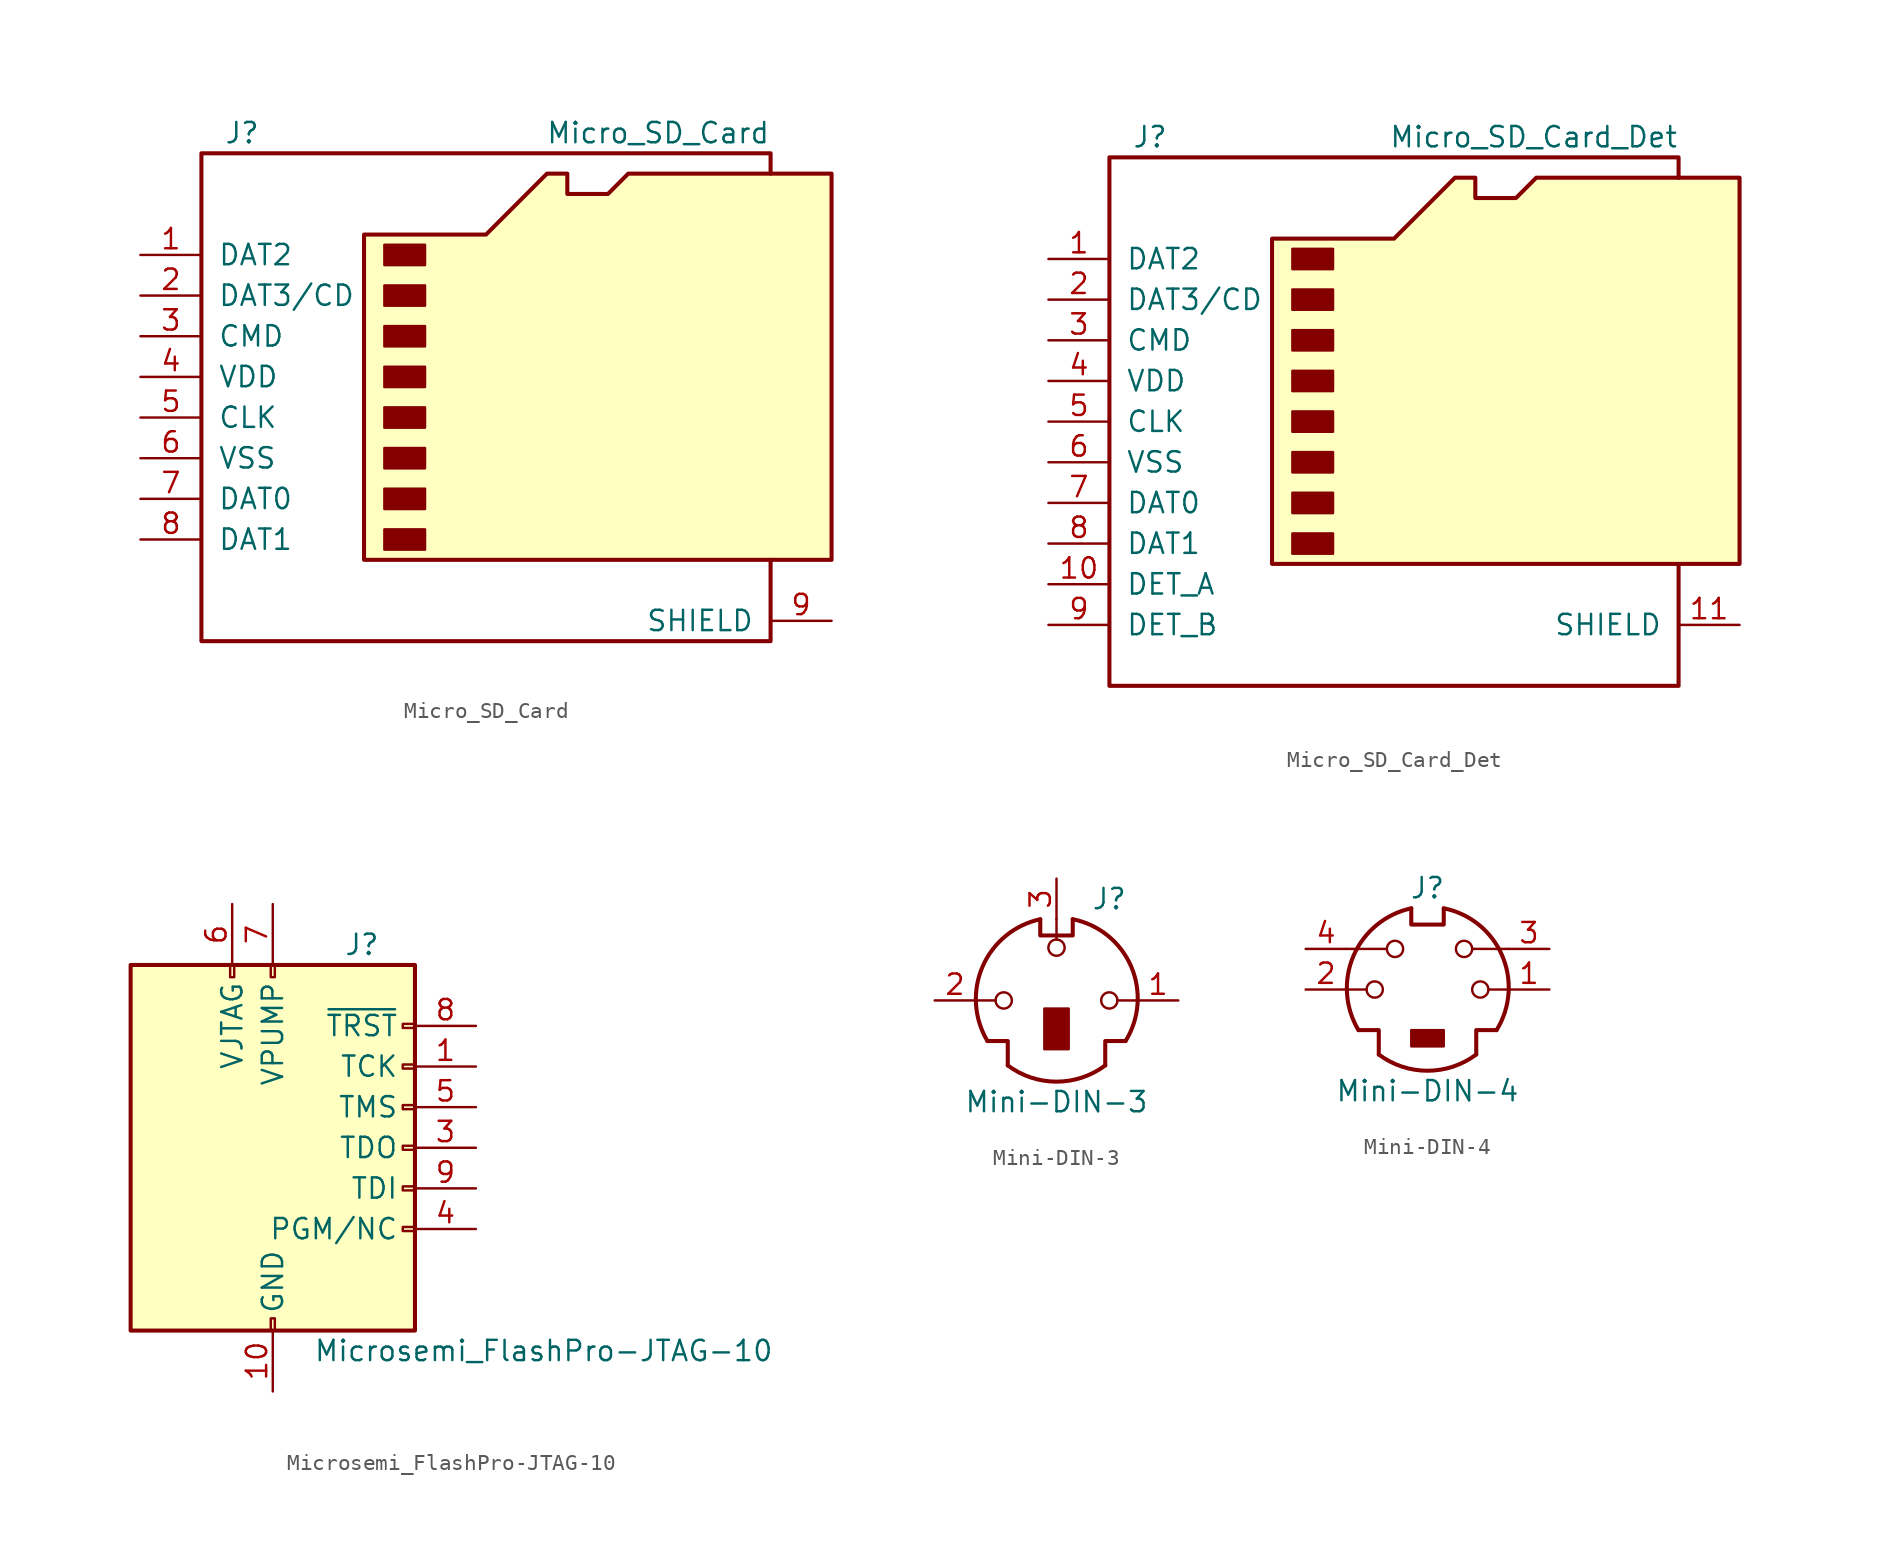
<source format=kicad_sym>
(kicad_symbol_lib
  (version 20220914)
  (generator kicad_symbol_editor)
  (symbol "Micro_SD_Card"
    (pin_names
      (offset 1.016))
    (property "Reference" "J"
      (at -16.51 15.24 0)
      (effects (font (size 1.27 1.27))))
    (property "Value" "Micro_SD_Card"
      (at 16.51 15.24 0)
      (effects (font (size 1.27 1.27)) (justify right)))
    (symbol "Micro_SD_Card_0_1"
      (rectangle (start -7.62 -9.525) (end -5.08 -10.795) (stroke (width 0) (type solid)) (fill (type outline)))
      (rectangle (start -7.62 -6.985) (end -5.08 -8.255) (stroke (width 0) (type solid)) (fill (type outline)))
      (rectangle (start -7.62 -4.445) (end -5.08 -5.715) (stroke (width 0) (type solid)) (fill (type outline)))
      (rectangle (start -7.62 -1.905) (end -5.08 -3.175) (stroke (width 0) (type solid)) (fill (type outline)))
      (rectangle (start -7.62 0.635) (end -5.08 -0.635) (stroke (width 0) (type solid)) (fill (type outline)))
      (rectangle (start -7.62 3.175) (end -5.08 1.905) (stroke (width 0) (type solid)) (fill (type outline)))
      (rectangle (start -7.62 5.715) (end -5.08 4.445) (stroke (width 0) (type solid)) (fill (type outline)))
      (rectangle (start -7.62 8.255) (end -5.08 6.985) (stroke (width 0) (type solid)) (fill (type outline)))
      (polyline (pts (xy 16.51 12.7) (xy 16.51 13.97) (xy -19.05 13.97) (xy -19.05 -16.51) (xy 16.51 -16.51) (xy 16.51 -11.43)) (stroke (width 0.254) (type solid)) (fill (type none)))
      (polyline (pts (xy -8.89 -11.43) (xy -8.89 8.89) (xy -1.27 8.89) (xy 2.54 12.7) (xy 3.81 12.7) (xy 3.81 11.43) (xy 6.35 11.43) (xy 7.62 12.7) (xy 20.32 12.7) (xy 20.32 -11.43) (xy -8.89 -11.43)) (stroke (width 0.254) (type solid)) (fill (type background))))
    (symbol "Micro_SD_Card_1_1"
      (pin bidirectional line (at -22.86 7.62 0) (length 3.81) (name "DAT2" (effects (font (size 1.27 1.27)))) (number "1" (effects (font (size 1.27 1.27)))))
      (pin bidirectional line (at -22.86 5.08 0) (length 3.81) (name "DAT3/CD" (effects (font (size 1.27 1.27)))) (number "2" (effects (font (size 1.27 1.27)))))
      (pin input line (at -22.86 2.54 0) (length 3.81) (name "CMD" (effects (font (size 1.27 1.27)))) (number "3" (effects (font (size 1.27 1.27)))))
      (pin power_in line (at -22.86 0 0) (length 3.81) (name "VDD" (effects (font (size 1.27 1.27)))) (number "4" (effects (font (size 1.27 1.27)))))
      (pin input line (at -22.86 -2.54 0) (length 3.81) (name "CLK" (effects (font (size 1.27 1.27)))) (number "5" (effects (font (size 1.27 1.27)))))
      (pin power_in line (at -22.86 -5.08 0) (length 3.81) (name "VSS" (effects (font (size 1.27 1.27)))) (number "6" (effects (font (size 1.27 1.27)))))
      (pin bidirectional line (at -22.86 -7.62 0) (length 3.81) (name "DAT0" (effects (font (size 1.27 1.27)))) (number "7" (effects (font (size 1.27 1.27)))))
      (pin bidirectional line (at -22.86 -10.16 0) (length 3.81) (name "DAT1" (effects (font (size 1.27 1.27)))) (number "8" (effects (font (size 1.27 1.27)))))
      (pin passive line (at 20.32 -15.24 180) (length 3.81) (name "SHIELD" (effects (font (size 1.27 1.27)))) (number "9" (effects (font (size 1.27 1.27)))))))
  (symbol "Micro_SD_Card_Det"
    (pin_names
      (offset 1.016))
    (property "Reference" "J"
      (at -16.51 17.78 0)
      (effects (font (size 1.27 1.27))))
    (property "Value" "Micro_SD_Card_Det"
      (at 16.51 17.78 0)
      (effects (font (size 1.27 1.27)) (justify right)))
    (symbol "Micro_SD_Card_Det_0_1"
      (rectangle (start -7.62 -6.985) (end -5.08 -8.255) (stroke (width 0) (type solid)) (fill (type outline)))
      (rectangle (start -7.62 -4.445) (end -5.08 -5.715) (stroke (width 0) (type solid)) (fill (type outline)))
      (rectangle (start -7.62 -1.905) (end -5.08 -3.175) (stroke (width 0) (type solid)) (fill (type outline)))
      (rectangle (start -7.62 0.635) (end -5.08 -0.635) (stroke (width 0) (type solid)) (fill (type outline)))
      (rectangle (start -7.62 3.175) (end -5.08 1.905) (stroke (width 0) (type solid)) (fill (type outline)))
      (rectangle (start -7.62 5.715) (end -5.08 4.445) (stroke (width 0) (type solid)) (fill (type outline)))
      (rectangle (start -7.62 8.255) (end -5.08 6.985) (stroke (width 0) (type solid)) (fill (type outline)))
      (rectangle (start -7.62 10.795) (end -5.08 9.525) (stroke (width 0) (type solid)) (fill (type outline)))
      (polyline (pts (xy 16.51 15.24) (xy 16.51 16.51) (xy -19.05 16.51) (xy -19.05 -16.51) (xy 16.51 -16.51) (xy 16.51 -8.89)) (stroke (width 0.254) (type solid)) (fill (type none)))
      (polyline (pts (xy -8.89 -8.89) (xy -8.89 11.43) (xy -1.27 11.43) (xy 2.54 15.24) (xy 3.81 15.24) (xy 3.81 13.97) (xy 6.35 13.97) (xy 7.62 15.24) (xy 20.32 15.24) (xy 20.32 -8.89) (xy -8.89 -8.89)) (stroke (width 0.254) (type solid)) (fill (type background))))
    (symbol "Micro_SD_Card_Det_1_1"
      (pin bidirectional line (at -22.86 10.16 0) (length 3.81) (name "DAT2" (effects (font (size 1.27 1.27)))) (number "1" (effects (font (size 1.27 1.27)))))
      (pin passive line (at -22.86 -10.16 0) (length 3.81) (name "DET_A" (effects (font (size 1.27 1.27)))) (number "10" (effects (font (size 1.27 1.27)))))
      (pin passive line (at 20.32 -12.7 180) (length 3.81) (name "SHIELD" (effects (font (size 1.27 1.27)))) (number "11" (effects (font (size 1.27 1.27)))))
      (pin bidirectional line (at -22.86 7.62 0) (length 3.81) (name "DAT3/CD" (effects (font (size 1.27 1.27)))) (number "2" (effects (font (size 1.27 1.27)))))
      (pin input line (at -22.86 5.08 0) (length 3.81) (name "CMD" (effects (font (size 1.27 1.27)))) (number "3" (effects (font (size 1.27 1.27)))))
      (pin power_in line (at -22.86 2.54 0) (length 3.81) (name "VDD" (effects (font (size 1.27 1.27)))) (number "4" (effects (font (size 1.27 1.27)))))
      (pin input line (at -22.86 0 0) (length 3.81) (name "CLK" (effects (font (size 1.27 1.27)))) (number "5" (effects (font (size 1.27 1.27)))))
      (pin power_in line (at -22.86 -2.54 0) (length 3.81) (name "VSS" (effects (font (size 1.27 1.27)))) (number "6" (effects (font (size 1.27 1.27)))))
      (pin bidirectional line (at -22.86 -5.08 0) (length 3.81) (name "DAT0" (effects (font (size 1.27 1.27)))) (number "7" (effects (font (size 1.27 1.27)))))
      (pin bidirectional line (at -22.86 -7.62 0) (length 3.81) (name "DAT1" (effects (font (size 1.27 1.27)))) (number "8" (effects (font (size 1.27 1.27)))))
      (pin passive line (at -22.86 -12.7 0) (length 3.81) (name "DET_B" (effects (font (size 1.27 1.27)))) (number "9" (effects (font (size 1.27 1.27)))))))
  (symbol "Microsemi_FlashPro-JTAG-10"
    (pin_names
      (offset 1.016))
    (property "Reference" "J"
      (at 4.445 12.7 0)
      (effects (font (size 1.27 1.27)) (justify left)))
    (property "Value" "Microsemi_FlashPro-JTAG-10"
      (at 2.54 -12.7 0)
      (effects (font (size 1.27 1.27)) (justify left)))
    (symbol "Microsemi_FlashPro-JTAG-10_0_1"
      (rectangle (start -2.667 11.43) (end -2.413 10.668) (stroke (width 0) (type solid)) (fill (type none)))
      (rectangle (start -0.127 -10.668) (end 0.127 -11.43) (stroke (width 0) (type solid)) (fill (type none)))
      (rectangle (start -0.127 11.43) (end 0.127 10.668) (stroke (width 0) (type solid)) (fill (type none)))
      (rectangle (start 8.89 -4.953) (end 8.128 -5.207) (stroke (width 0) (type solid)) (fill (type none)))
      (rectangle (start 8.89 -2.413) (end 8.128 -2.667) (stroke (width 0) (type solid)) (fill (type none)))
      (rectangle (start 8.89 0.127) (end 8.128 -0.127) (stroke (width 0) (type solid)) (fill (type none)))
      (rectangle (start 8.89 2.667) (end 8.128 2.413) (stroke (width 0) (type solid)) (fill (type none)))
      (rectangle (start 8.89 5.207) (end 8.128 4.953) (stroke (width 0) (type solid)) (fill (type none)))
      (rectangle (start 8.89 7.747) (end 8.128 7.493) (stroke (width 0) (type solid)) (fill (type none)))
      (rectangle (start 8.89 11.43) (end -8.89 -11.43) (stroke (width 0.254) (type solid)) (fill (type background))))
    (symbol "Microsemi_FlashPro-JTAG-10_1_1"
      (pin passive line (at 12.7 5.08 180) (length 3.81) (name "TCK" (effects (font (size 1.27 1.27)))) (number "1" (effects (font (size 1.27 1.27)))))
      (pin power_in line (at 0 -15.24 90) (length 3.81) (name "GND" (effects (font (size 1.27 1.27)))) (number "10" (effects (font (size 1.27 1.27)))))
      (pin passive line (at 0 -15.24 90) (length 3.81) hide (name "GND" (effects (font (size 1.27 1.27)))) (number "2" (effects (font (size 1.27 1.27)))))
      (pin passive line (at 12.7 0 180) (length 3.81) (name "TDO" (effects (font (size 1.27 1.27)))) (number "3" (effects (font (size 1.27 1.27)))))
      (pin passive line (at 12.7 -5.08 180) (length 3.81) (name "PGM/NC" (effects (font (size 1.27 1.27)))) (number "4" (effects (font (size 1.27 1.27)))))
      (pin passive line (at 12.7 2.54 180) (length 3.81) (name "TMS" (effects (font (size 1.27 1.27)))) (number "5" (effects (font (size 1.27 1.27)))))
      (pin power_in line (at -2.54 15.24 270) (length 3.81) (name "VJTAG" (effects (font (size 1.27 1.27)))) (number "6" (effects (font (size 1.27 1.27)))))
      (pin power_out line (at 0 15.24 270) (length 3.81) (name "VPUMP" (effects (font (size 1.27 1.27)))) (number "7" (effects (font (size 1.27 1.27)))))
      (pin passive line (at 12.7 7.62 180) (length 3.81) (name "~{TRST}" (effects (font (size 1.27 1.27)))) (number "8" (effects (font (size 1.27 1.27)))))
      (pin passive line (at 12.7 -2.54 180) (length 3.81) (name "TDI" (effects (font (size 1.27 1.27)))) (number "9" (effects (font (size 1.27 1.27)))))))
  (symbol "Mini-DIN-3"
    (pin_names
      (offset 1.016))
    (property "Reference" "J"
      (at 3.302 6.35 0)
      (effects (font (size 1.27 1.27))))
    (property "Value" "Mini-DIN-3"
      (at 0 -6.35 0)
      (effects (font (size 1.27 1.27))))
    (symbol "Mini-DIN-3_0_1"
      (circle (center -3.302 0) (radius 0.508) (stroke (width 0) (type solid)) (fill (type none)))
      (arc (start -3.048 -4.064) (mid 0 -5.08) (end 3.048 -4.064) (stroke (width 0.254) (type solid)) (fill (type none)))
      (arc (start -1.016 5.08) (mid -4.6228 2.1214) (end -4.318 -2.54) (stroke (width 0.254) (type solid)) (fill (type none)))
      (rectangle (start -0.762 -0.508) (end 0.762 -3.048) (stroke (width 0) (type solid)) (fill (type outline)))
      (polyline (pts (xy -3.81 0) (xy -5.08 0)) (stroke (width 0) (type solid)) (fill (type none)))
      (polyline (pts (xy 0 3.81) (xy 0 5.08)) (stroke (width 0) (type solid)) (fill (type none)))
      (polyline (pts (xy 5.08 0) (xy 3.81 0)) (stroke (width 0) (type solid)) (fill (type none)))
      (polyline (pts (xy -4.318 -2.54) (xy -3.048 -2.54) (xy -3.048 -4.064)) (stroke (width 0.254) (type solid)) (fill (type none)))
      (polyline (pts (xy 4.318 -2.54) (xy 3.048 -2.54) (xy 3.048 -4.064)) (stroke (width 0.254) (type solid)) (fill (type none)))
      (polyline (pts (xy -1.016 5.08) (xy -1.016 4.064) (xy 1.016 4.064) (xy 1.016 5.08)) (stroke (width 0.254) (type solid)) (fill (type none)))
      (circle (center 0 3.302) (radius 0.508) (stroke (width 0) (type solid)) (fill (type none)))
      (circle (center 3.302 0) (radius 0.508) (stroke (width 0) (type solid)) (fill (type none)))
      (arc (start 4.318 -2.54) (mid 4.6661 2.1322) (end 1.016 5.08) (stroke (width 0.254) (type solid)) (fill (type none))))
    (symbol "Mini-DIN-3_1_1"
      (pin passive line (at 7.62 0 180) (length 2.54) (name "~" (effects (font (size 1.27 1.27)))) (number "1" (effects (font (size 1.27 1.27)))))
      (pin passive line (at -7.62 0 0) (length 2.54) (name "~" (effects (font (size 1.27 1.27)))) (number "2" (effects (font (size 1.27 1.27)))))
      (pin passive line (at 0 7.62 270) (length 2.54) (name "~" (effects (font (size 1.27 1.27)))) (number "3" (effects (font (size 1.27 1.27)))))))
  (symbol "Mini-DIN-4"
    (pin_names
      (offset 1.016))
    (property "Reference" "J"
      (at 0 6.35 0)
      (effects (font (size 1.27 1.27))))
    (property "Value" "Mini-DIN-4"
      (at 0 -6.35 0)
      (effects (font (size 1.27 1.27))))
    (symbol "Mini-DIN-4_0_1"
      (circle (center -3.302 0) (radius 0.508) (stroke (width 0) (type solid)) (fill (type none)))
      (arc (start -3.048 -4.064) (mid 0 -5.08) (end 3.048 -4.064) (stroke (width 0.254) (type solid)) (fill (type none)))
      (circle (center -2.032 2.54) (radius 0.508) (stroke (width 0) (type solid)) (fill (type none)))
      (rectangle (start -1.016 -2.54) (end 1.016 -3.556) (stroke (width 0) (type solid)) (fill (type outline)))
      (arc (start -1.016 5.08) (mid -4.6228 2.1214) (end -4.318 -2.54) (stroke (width 0.254) (type solid)) (fill (type none)))
      (polyline (pts (xy -3.81 0) (xy -5.08 0)) (stroke (width 0) (type solid)) (fill (type none)))
      (polyline (pts (xy -2.54 2.54) (xy -5.08 2.54)) (stroke (width 0) (type solid)) (fill (type none)))
      (polyline (pts (xy 2.794 2.54) (xy 5.08 2.54)) (stroke (width 0) (type solid)) (fill (type none)))
      (polyline (pts (xy 5.08 0) (xy 3.81 0)) (stroke (width 0) (type solid)) (fill (type none)))
      (polyline (pts (xy -4.318 -2.54) (xy -3.048 -2.54) (xy -3.048 -4.064)) (stroke (width 0.254) (type solid)) (fill (type none)))
      (polyline (pts (xy 4.318 -2.54) (xy 3.048 -2.54) (xy 3.048 -4.064)) (stroke (width 0.254) (type solid)) (fill (type none)))
      (polyline (pts (xy -1.016 5.08) (xy -1.016 4.064) (xy 1.016 4.064) (xy 1.016 5.08)) (stroke (width 0.254) (type solid)) (fill (type none)))
      (circle (center 2.286 2.54) (radius 0.508) (stroke (width 0) (type solid)) (fill (type none)))
      (circle (center 3.302 0) (radius 0.508) (stroke (width 0) (type solid)) (fill (type none)))
      (arc (start 4.318 -2.54) (mid 4.6661 2.1322) (end 1.016 5.08) (stroke (width 0.254) (type solid)) (fill (type none))))
    (symbol "Mini-DIN-4_1_1"
      (pin passive line (at 7.62 0 180) (length 2.54) (name "~" (effects (font (size 1.27 1.27)))) (number "1" (effects (font (size 1.27 1.27)))))
      (pin passive line (at -7.62 0 0) (length 2.54) (name "~" (effects (font (size 1.27 1.27)))) (number "2" (effects (font (size 1.27 1.27)))))
      (pin passive line (at 7.62 2.54 180) (length 2.54) (name "~" (effects (font (size 1.27 1.27)))) (number "3" (effects (font (size 1.27 1.27)))))
      (pin passive line (at -7.62 2.54 0) (length 2.54) (name "~" (effects (font (size 1.27 1.27)))) (number "4" (effects (font (size 1.27 1.27))))))))
</source>
